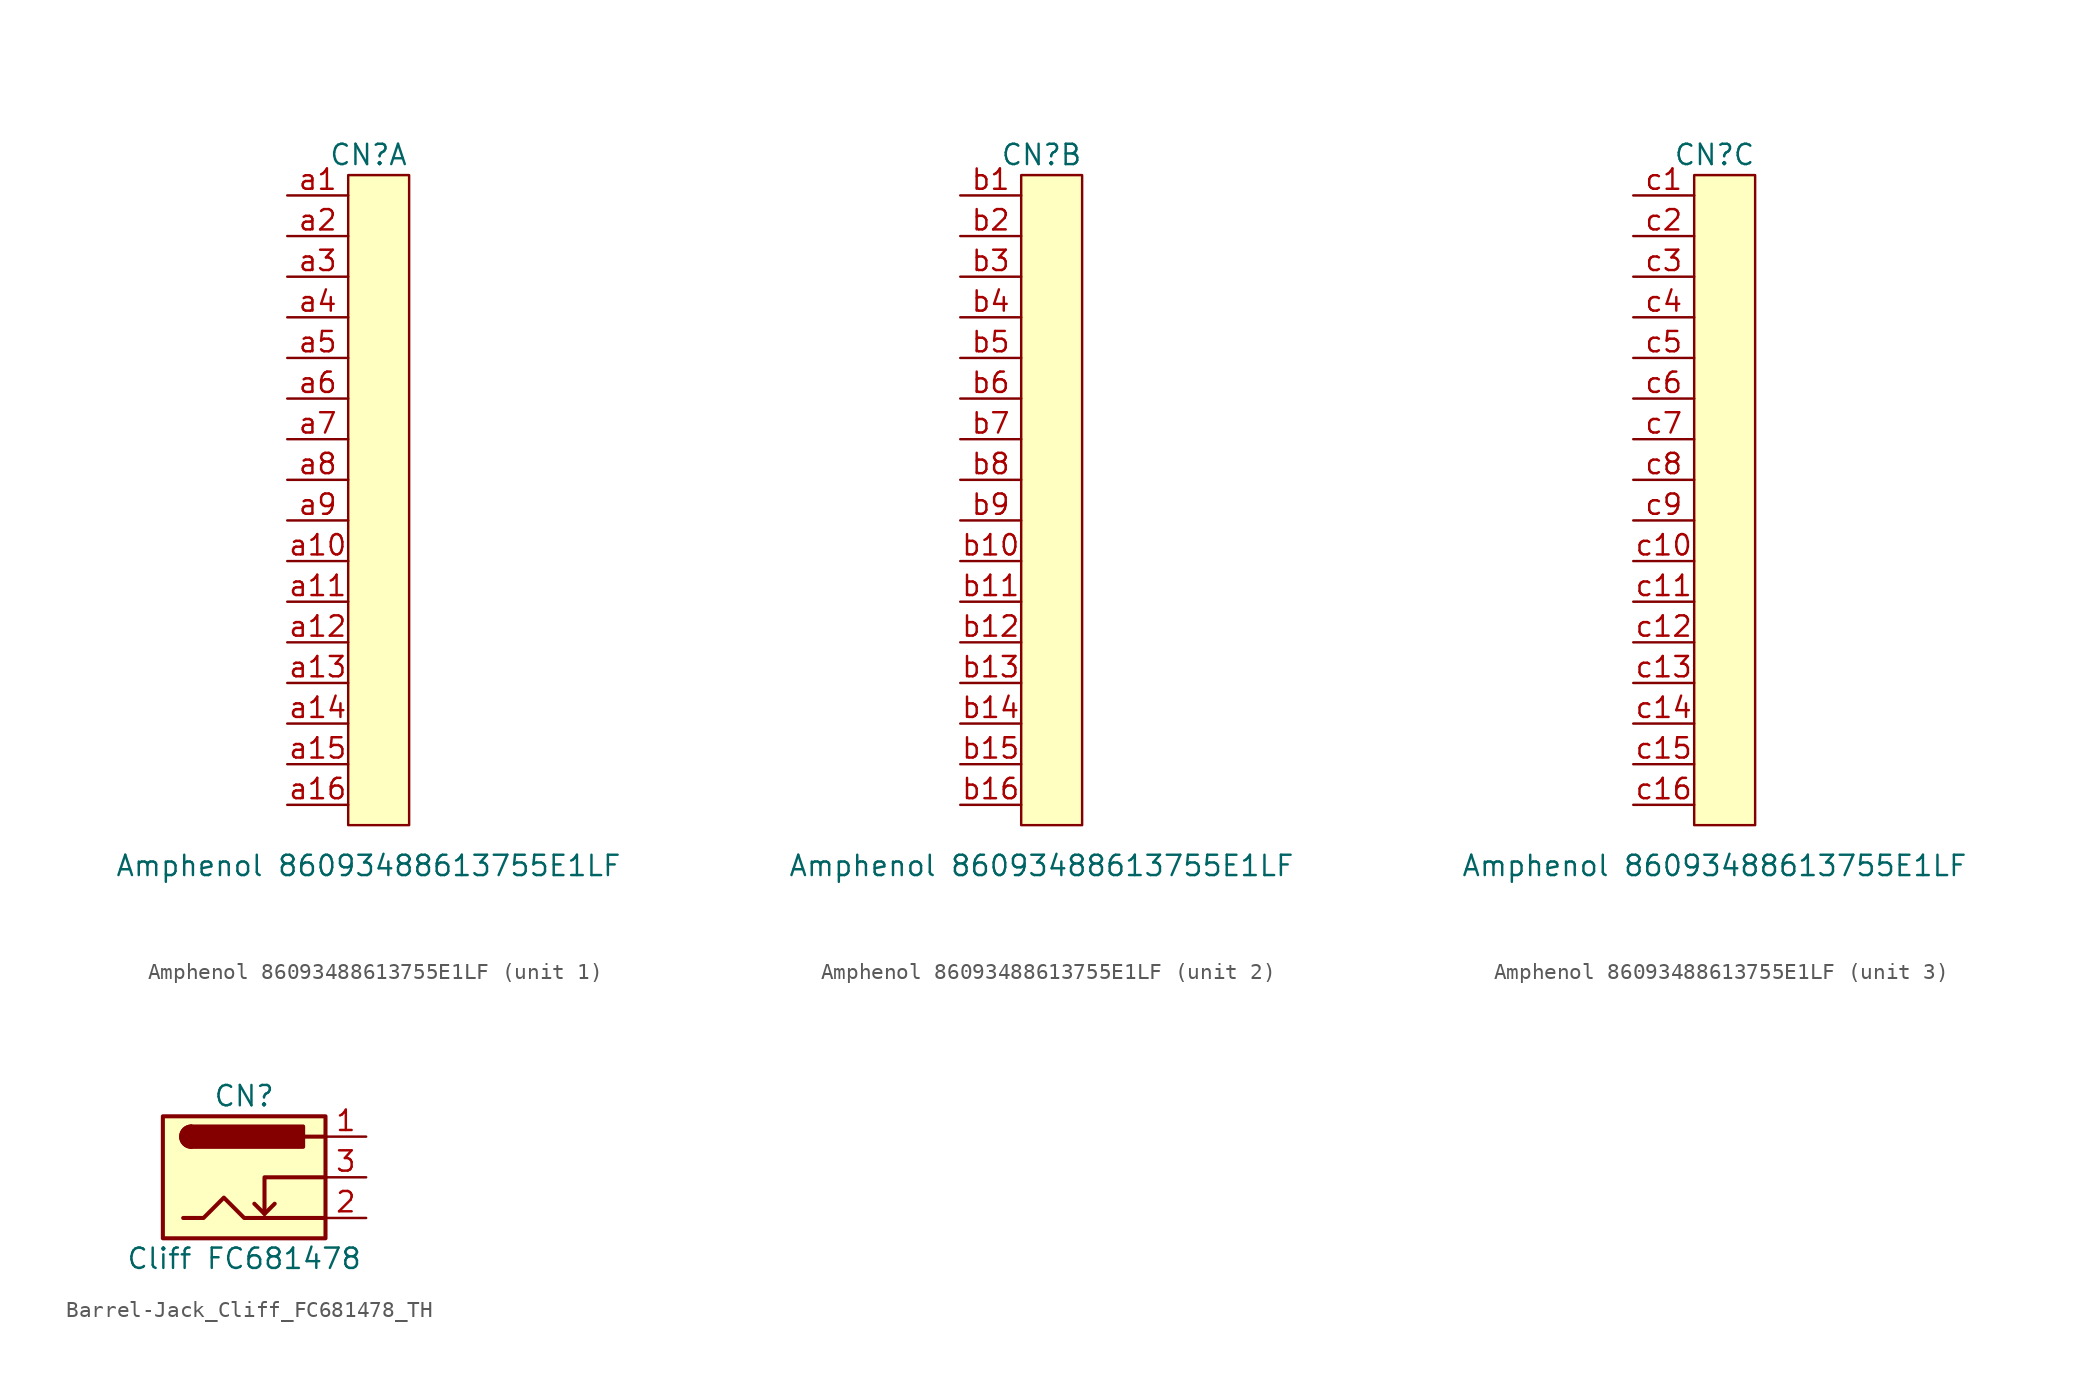
<source format=kicad_sym>
(kicad_symbol_lib
  (version 20220914)
  (generator kicad_symbol_editor)
  (symbol " Amphenol 86093488613755E1LF"
    (property "Reference" "CN"
      (at 0 2.54 0)
      (effects (font (size 1.27 1.27))))
    (property "Value" "Amphenol 86093488613755E1LF"
      (at 0 -41.91 0)
      (effects (font (size 1.27 1.27))))
    (property "ki_locked" ""
      (at 0 0 0)
      (effects (font (size 1.27 1.27))))
    (symbol " Amphenol 86093488613755E1LF_1_1"
      (rectangle (start -1.27 1.27) (end 2.54 -39.37) (stroke (width 0.152) (type default)) (fill (type background)))
      (pin passive line (at -5.08 0 0) (length 3.81) (name "" (effects (font (size 1.27 1.27)))) (number "a1" (effects (font (size 1.27 1.27)))))
      (pin passive line (at -5.08 -22.86 0) (length 3.81) (name "" (effects (font (size 1.27 1.27)))) (number "a10" (effects (font (size 1.27 1.27)))))
      (pin passive line (at -5.08 -25.4 0) (length 3.81) (name "" (effects (font (size 1.27 1.27)))) (number "a11" (effects (font (size 1.27 1.27)))))
      (pin passive line (at -5.08 -27.94 0) (length 3.81) (name "" (effects (font (size 1.27 1.27)))) (number "a12" (effects (font (size 1.27 1.27)))))
      (pin passive line (at -5.08 -30.48 0) (length 3.81) (name "" (effects (font (size 1.27 1.27)))) (number "a13" (effects (font (size 1.27 1.27)))))
      (pin passive line (at -5.08 -33.02 0) (length 3.81) (name "" (effects (font (size 1.27 1.27)))) (number "a14" (effects (font (size 1.27 1.27)))))
      (pin passive line (at -5.08 -35.56 0) (length 3.81) (name "" (effects (font (size 1.27 1.27)))) (number "a15" (effects (font (size 1.27 1.27)))))
      (pin passive line (at -5.08 -38.1 0) (length 3.81) (name "" (effects (font (size 1.27 1.27)))) (number "a16" (effects (font (size 1.27 1.27)))))
      (pin passive line (at -5.08 -2.54 0) (length 3.81) (name "" (effects (font (size 1.27 1.27)))) (number "a2" (effects (font (size 1.27 1.27)))))
      (pin passive line (at -5.08 -5.08 0) (length 3.81) (name "" (effects (font (size 1.27 1.27)))) (number "a3" (effects (font (size 1.27 1.27)))))
      (pin passive line (at -5.08 -7.62 0) (length 3.81) (name "" (effects (font (size 1.27 1.27)))) (number "a4" (effects (font (size 1.27 1.27)))))
      (pin passive line (at -5.08 -10.16 0) (length 3.81) (name "" (effects (font (size 1.27 1.27)))) (number "a5" (effects (font (size 1.27 1.27)))))
      (pin passive line (at -5.08 -12.7 0) (length 3.81) (name "" (effects (font (size 1.27 1.27)))) (number "a6" (effects (font (size 1.27 1.27)))))
      (pin passive line (at -5.08 -15.24 0) (length 3.81) (name "" (effects (font (size 1.27 1.27)))) (number "a7" (effects (font (size 1.27 1.27)))))
      (pin passive line (at -5.08 -17.78 0) (length 3.81) (name "" (effects (font (size 1.27 1.27)))) (number "a8" (effects (font (size 1.27 1.27)))))
      (pin passive line (at -5.08 -20.32 0) (length 3.81) (name "" (effects (font (size 1.27 1.27)))) (number "a9" (effects (font (size 1.27 1.27))))))
    (symbol " Amphenol 86093488613755E1LF_2_1"
      (rectangle (start -1.27 1.27) (end 2.54 -39.37) (stroke (width 0.152) (type default)) (fill (type background)))
      (pin passive line (at -5.08 0 0) (length 3.81) (name "" (effects (font (size 1.27 1.27)))) (number "b1" (effects (font (size 1.27 1.27)))))
      (pin passive line (at -5.08 -22.86 0) (length 3.81) (name "" (effects (font (size 1.27 1.27)))) (number "b10" (effects (font (size 1.27 1.27)))))
      (pin passive line (at -5.08 -25.4 0) (length 3.81) (name "" (effects (font (size 1.27 1.27)))) (number "b11" (effects (font (size 1.27 1.27)))))
      (pin passive line (at -5.08 -27.94 0) (length 3.81) (name "" (effects (font (size 1.27 1.27)))) (number "b12" (effects (font (size 1.27 1.27)))))
      (pin passive line (at -5.08 -30.48 0) (length 3.81) (name "" (effects (font (size 1.27 1.27)))) (number "b13" (effects (font (size 1.27 1.27)))))
      (pin passive line (at -5.08 -33.02 0) (length 3.81) (name "" (effects (font (size 1.27 1.27)))) (number "b14" (effects (font (size 1.27 1.27)))))
      (pin passive line (at -5.08 -35.56 0) (length 3.81) (name "" (effects (font (size 1.27 1.27)))) (number "b15" (effects (font (size 1.27 1.27)))))
      (pin passive line (at -5.08 -38.1 0) (length 3.81) (name "" (effects (font (size 1.27 1.27)))) (number "b16" (effects (font (size 1.27 1.27)))))
      (pin passive line (at -5.08 -2.54 0) (length 3.81) (name "" (effects (font (size 1.27 1.27)))) (number "b2" (effects (font (size 1.27 1.27)))))
      (pin passive line (at -5.08 -5.08 0) (length 3.81) (name "" (effects (font (size 1.27 1.27)))) (number "b3" (effects (font (size 1.27 1.27)))))
      (pin passive line (at -5.08 -7.62 0) (length 3.81) (name "" (effects (font (size 1.27 1.27)))) (number "b4" (effects (font (size 1.27 1.27)))))
      (pin passive line (at -5.08 -10.16 0) (length 3.81) (name "" (effects (font (size 1.27 1.27)))) (number "b5" (effects (font (size 1.27 1.27)))))
      (pin passive line (at -5.08 -12.7 0) (length 3.81) (name "" (effects (font (size 1.27 1.27)))) (number "b6" (effects (font (size 1.27 1.27)))))
      (pin passive line (at -5.08 -15.24 0) (length 3.81) (name "" (effects (font (size 1.27 1.27)))) (number "b7" (effects (font (size 1.27 1.27)))))
      (pin passive line (at -5.08 -17.78 0) (length 3.81) (name "" (effects (font (size 1.27 1.27)))) (number "b8" (effects (font (size 1.27 1.27)))))
      (pin passive line (at -5.08 -20.32 0) (length 3.81) (name "" (effects (font (size 1.27 1.27)))) (number "b9" (effects (font (size 1.27 1.27))))))
    (symbol " Amphenol 86093488613755E1LF_3_1"
      (rectangle (start -1.27 1.27) (end 2.54 -39.37) (stroke (width 0.152) (type default)) (fill (type background)))
      (pin passive line (at -5.08 0 0) (length 3.81) (name "" (effects (font (size 1.27 1.27)))) (number "c1" (effects (font (size 1.27 1.27)))))
      (pin passive line (at -5.08 -22.86 0) (length 3.81) (name "" (effects (font (size 1.27 1.27)))) (number "c10" (effects (font (size 1.27 1.27)))))
      (pin passive line (at -5.08 -25.4 0) (length 3.81) (name "" (effects (font (size 1.27 1.27)))) (number "c11" (effects (font (size 1.27 1.27)))))
      (pin passive line (at -5.08 -27.94 0) (length 3.81) (name "" (effects (font (size 1.27 1.27)))) (number "c12" (effects (font (size 1.27 1.27)))))
      (pin passive line (at -5.08 -30.48 0) (length 3.81) (name "" (effects (font (size 1.27 1.27)))) (number "c13" (effects (font (size 1.27 1.27)))))
      (pin passive line (at -5.08 -33.02 0) (length 3.81) (name "" (effects (font (size 1.27 1.27)))) (number "c14" (effects (font (size 1.27 1.27)))))
      (pin passive line (at -5.08 -35.56 0) (length 3.81) (name "" (effects (font (size 1.27 1.27)))) (number "c15" (effects (font (size 1.27 1.27)))))
      (pin passive line (at -5.08 -38.1 0) (length 3.81) (name "" (effects (font (size 1.27 1.27)))) (number "c16" (effects (font (size 1.27 1.27)))))
      (pin passive line (at -5.08 -2.54 0) (length 3.81) (name "" (effects (font (size 1.27 1.27)))) (number "c2" (effects (font (size 1.27 1.27)))))
      (pin passive line (at -5.08 -5.08 0) (length 3.81) (name "" (effects (font (size 1.27 1.27)))) (number "c3" (effects (font (size 1.27 1.27)))))
      (pin passive line (at -5.08 -7.62 0) (length 3.81) (name "" (effects (font (size 1.27 1.27)))) (number "c4" (effects (font (size 1.27 1.27)))))
      (pin passive line (at -5.08 -10.16 0) (length 3.81) (name "" (effects (font (size 1.27 1.27)))) (number "c5" (effects (font (size 1.27 1.27)))))
      (pin passive line (at -5.08 -12.7 0) (length 3.81) (name "" (effects (font (size 1.27 1.27)))) (number "c6" (effects (font (size 1.27 1.27)))))
      (pin passive line (at -5.08 -15.24 0) (length 3.81) (name "" (effects (font (size 1.27 1.27)))) (number "c7" (effects (font (size 1.27 1.27)))))
      (pin passive line (at -5.08 -17.78 0) (length 3.81) (name "" (effects (font (size 1.27 1.27)))) (number "c8" (effects (font (size 1.27 1.27)))))
      (pin passive line (at -5.08 -20.32 0) (length 3.81) (name "" (effects (font (size 1.27 1.27)))) (number "c9" (effects (font (size 1.27 1.27)))))))
  (symbol "Barrel-Jack_Cliff_FC681478_TH"
    (property "Reference" "CN"
      (at 0 5.08 0)
      (effects (font (size 1.27 1.27))))
    (property "Value" "Cliff FC681478"
      (at 0 -5.08 0)
      (effects (font (size 1.27 1.27))))
    (symbol "Barrel-Jack_Cliff_FC681478_TH_0_1"
      (rectangle (start -5.08 3.81) (end 5.08 -3.81) (stroke (width 0.254) (type default)) (fill (type background)))
      (arc (start -3.302 3.175) (mid -3.9343 2.54) (end -3.302 1.905) (stroke (width 0.254) (type default)) (fill (type none)))
      (arc (start -3.302 3.175) (mid -3.9343 2.54) (end -3.302 1.905) (stroke (width 0.254) (type default)) (fill (type outline)))
      (polyline (pts (xy 1.27 -2.286) (xy 1.905 -1.651)) (stroke (width 0.254) (type default)) (fill (type none)))
      (polyline (pts (xy 5.08 2.54) (xy 3.81 2.54)) (stroke (width 0.254) (type default)) (fill (type none)))
      (polyline (pts (xy 5.08 0) (xy 1.27 0) (xy 1.27 -2.286) (xy 0.635 -1.651)) (stroke (width 0.254) (type default)) (fill (type none)))
      (polyline (pts (xy -3.81 -2.54) (xy -2.54 -2.54) (xy -1.27 -1.27) (xy 0 -2.54) (xy 2.54 -2.54) (xy 5.08 -2.54)) (stroke (width 0.254) (type default)) (fill (type none)))
      (rectangle (start 3.683 3.175) (end -3.302 1.905) (stroke (width 0.254) (type default)) (fill (type outline))))
    (symbol "Barrel-Jack_Cliff_FC681478_TH_1_1"
      (pin passive line (at 7.62 2.54 180) (length 2.54) (name "~" (effects (font (size 1.27 1.27)))) (number "1" (effects (font (size 1.27 1.27)))))
      (pin passive line (at 7.62 -2.54 180) (length 2.54) (name "~" (effects (font (size 1.27 1.27)))) (number "2" (effects (font (size 1.27 1.27)))))
      (pin passive line (at 7.62 0 180) (length 2.54) (name "~" (effects (font (size 1.27 1.27)))) (number "3" (effects (font (size 1.27 1.27))))))))
</source>
